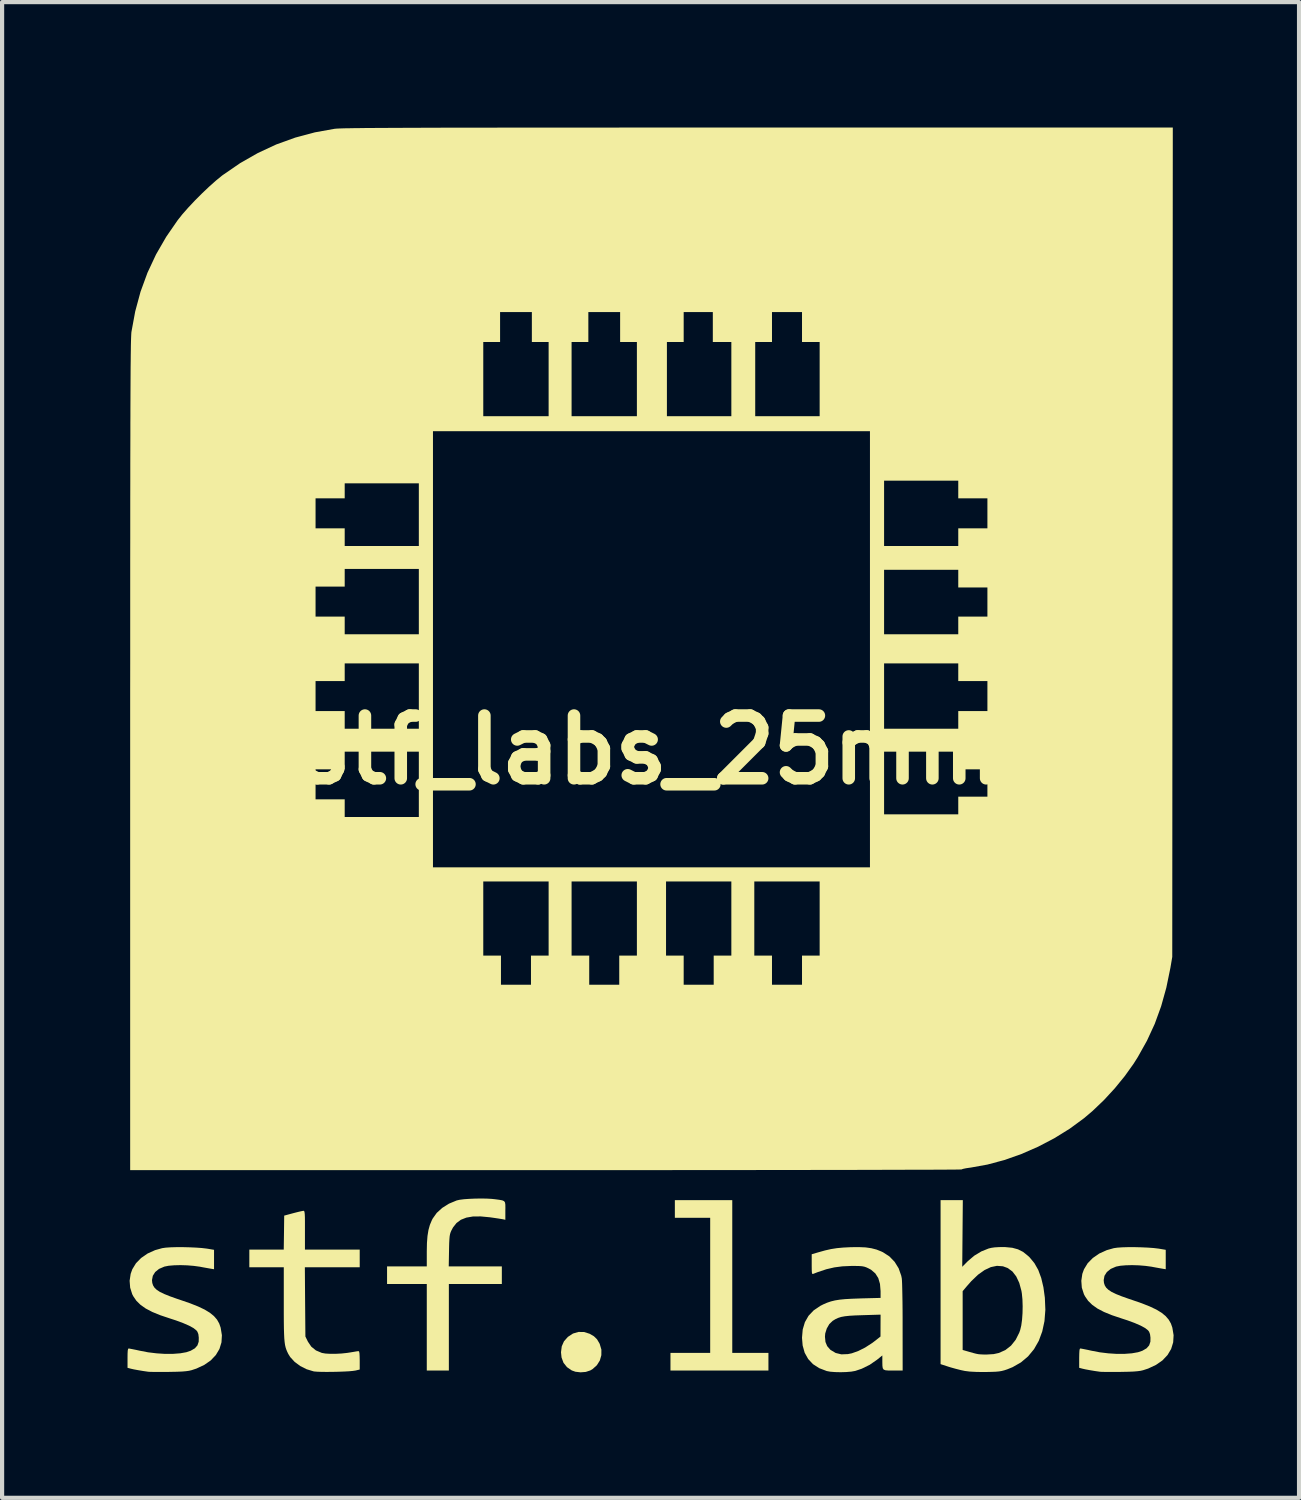
<source format=kicad_pcb>
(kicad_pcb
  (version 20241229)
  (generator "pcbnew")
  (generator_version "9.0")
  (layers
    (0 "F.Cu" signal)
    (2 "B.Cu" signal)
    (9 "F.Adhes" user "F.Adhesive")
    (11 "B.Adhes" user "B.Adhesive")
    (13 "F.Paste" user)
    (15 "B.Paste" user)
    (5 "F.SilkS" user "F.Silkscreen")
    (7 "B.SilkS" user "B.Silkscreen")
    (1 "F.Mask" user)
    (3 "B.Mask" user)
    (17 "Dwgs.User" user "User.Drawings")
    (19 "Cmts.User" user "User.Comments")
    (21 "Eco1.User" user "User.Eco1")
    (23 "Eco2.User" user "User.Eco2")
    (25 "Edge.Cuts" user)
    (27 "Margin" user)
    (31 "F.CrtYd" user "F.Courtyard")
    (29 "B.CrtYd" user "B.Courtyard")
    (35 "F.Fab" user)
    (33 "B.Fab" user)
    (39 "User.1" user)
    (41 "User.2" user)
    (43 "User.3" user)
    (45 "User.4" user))
  (footprint "stf_labs_25mm"
    (layer "F.Cu")
    (at 12.499 14.885)
    (property "Reference" "stf_labs_25mm" (at 0 0 0) (layer "F.SilkS") (effects (font (size 1.5 1.5) (thickness 0.3))))
    (attr board_only exclude_from_pos_files exclude_from_bom)
    (fp_poly (pts (xy 1.964 12.594) (xy 1.964 14.421) (xy 2.396 14.421) (xy 2.829 14.421) (xy 2.829 14.632) (xy 2.829 14.843) (xy 1.657 14.843) (xy 0.486 14.843) (xy 0.486 14.632) (xy 0.486 14.421) (xy 0.961 14.421) (xy 1.436 14.421) (xy 1.436 12.806) (xy 1.436 11.19) (xy 1.013 11.19) (xy 0.591 11.19) (xy 0.591 10.979) (xy 0.591 10.768) (xy 1.277 10.768) (xy 1.964 10.768)) (stroke (width 0) (type solid)) (fill yes) (layer "F.SilkS"))
    (fp_poly (pts (xy -1.579 13.922) (xy -1.446 13.964) (xy -1.345 14.023) (xy -1.271 14.095) (xy -1.213 14.193) (xy -1.205 14.21) (xy -1.166 14.343) (xy -1.167 14.476) (xy -1.203 14.603) (xy -1.274 14.716) (xy -1.376 14.808) (xy -1.432 14.841) (xy -1.539 14.876) (xy -1.663 14.886) (xy -1.786 14.872) (xy -1.874 14.841) (xy -1.989 14.762) (xy -2.072 14.658) (xy -2.119 14.531) (xy -2.132 14.406) (xy -2.114 14.264) (xy -2.061 14.144) (xy -1.97 14.041) (xy -1.967 14.038) (xy -1.845 13.958) (xy -1.714 13.92)) (stroke (width 0) (type solid)) (fill yes) (layer "F.SilkS"))
    (fp_poly (pts (xy -3.907 10.731) (xy -3.786 10.738) (xy -3.712 10.746) (xy -3.606 10.76) (xy -3.536 10.773) (xy -3.493 10.792) (xy -3.471 10.824) (xy -3.463 10.876) (xy -3.462 10.957) (xy -3.463 11.015) (xy -3.463 11.238) (xy -3.521 11.225) (xy -3.564 11.218) (xy -3.639 11.206) (xy -3.734 11.192) (xy -3.832 11.178) (xy -4.052 11.157) (xy -4.24 11.159) (xy -4.396 11.186) (xy -4.526 11.237) (xy -4.631 11.315) (xy -4.714 11.42) (xy -4.755 11.497) (xy -4.773 11.539) (xy -4.786 11.582) (xy -4.795 11.633) (xy -4.801 11.701) (xy -4.806 11.792) (xy -4.809 11.914) (xy -4.81 11.977) (xy -4.817 12.352) (xy -4.182 12.352) (xy -3.547 12.352) (xy -3.547 12.563) (xy -3.547 12.774) (xy -4.181 12.774) (xy -4.814 12.774) (xy -4.814 13.808) (xy -4.814 14.843) (xy -5.078 14.843) (xy -5.342 14.843) (xy -5.342 13.808) (xy -5.342 12.774) (xy -5.817 12.774) (xy -6.292 12.774) (xy -6.292 12.563) (xy -6.292 12.352) (xy -5.817 12.352) (xy -5.342 12.352) (xy -5.342 11.996) (xy -5.338 11.794) (xy -5.325 11.625) (xy -5.302 11.483) (xy -5.268 11.36) (xy -5.221 11.248) (xy -5.201 11.209) (xy -5.104 11.073) (xy -4.972 10.953) (xy -4.811 10.852) (xy -4.626 10.775) (xy -4.555 10.759) (xy -4.452 10.746) (xy -4.326 10.737) (xy -4.186 10.731) (xy -4.043 10.729)) (stroke (width 0) (type solid)) (fill yes) (layer "F.SilkS"))
    (fp_poly (pts (xy -8.28 11.025) (xy -8.271 11.037) (xy -8.265 11.062) (xy -8.26 11.107) (xy -8.257 11.176) (xy -8.256 11.275) (xy -8.256 11.408) (xy -8.256 11.486) (xy -8.256 11.95) (xy -7.601 11.95) (xy -6.946 11.95) (xy -6.946 12.162) (xy -6.946 12.373) (xy -7.602 12.373) (xy -8.258 12.373) (xy -8.252 13.201) (xy -8.245 14.03) (xy -8.184 14.154) (xy -8.104 14.272) (xy -7.993 14.362) (xy -7.853 14.421) (xy -7.845 14.423) (xy -7.763 14.437) (xy -7.651 14.443) (xy -7.52 14.443) (xy -7.383 14.436) (xy -7.251 14.422) (xy -7.179 14.411) (xy -7.094 14.397) (xy -7.024 14.385) (xy -6.98 14.379) (xy -6.973 14.379) (xy -6.96 14.391) (xy -6.952 14.432) (xy -6.948 14.506) (xy -6.946 14.599) (xy -6.946 14.819) (xy -7.047 14.843) (xy -7.109 14.852) (xy -7.204 14.861) (xy -7.323 14.867) (xy -7.457 14.872) (xy -7.597 14.875) (xy -7.734 14.876) (xy -7.859 14.875) (xy -7.963 14.871) (xy -8.036 14.865) (xy -8.052 14.862) (xy -8.216 14.812) (xy -8.369 14.735) (xy -8.502 14.636) (xy -8.608 14.521) (xy -8.655 14.445) (xy -8.68 14.393) (xy -8.701 14.343) (xy -8.718 14.291) (xy -8.732 14.231) (xy -8.742 14.159) (xy -8.75 14.072) (xy -8.755 13.964) (xy -8.759 13.831) (xy -8.761 13.67) (xy -8.762 13.474) (xy -8.762 13.245) (xy -8.762 12.373) (xy -9.174 12.373) (xy -9.586 12.373) (xy -9.586 12.162) (xy -9.586 11.95) (xy -9.174 11.95) (xy -8.763 11.95) (xy -8.757 11.544) (xy -8.752 11.138) (xy -8.541 11.081) (xy -8.448 11.057) (xy -8.369 11.038) (xy -8.312 11.026) (xy -8.292 11.023)) (stroke (width 0) (type solid)) (fill yes) (layer "F.SilkS"))
    (fp_poly (pts (xy 7.471 11.565) (xy 7.464 12.362) (xy 7.602 12.223) (xy 7.752 12.096) (xy 7.921 11.994) (xy 8.096 11.924) (xy 8.164 11.908) (xy 8.242 11.897) (xy 8.345 11.891) (xy 8.457 11.89) (xy 8.497 11.891) (xy 8.661 11.907) (xy 8.797 11.944) (xy 8.918 12.005) (xy 9.034 12.098) (xy 9.077 12.138) (xy 9.19 12.275) (xy 9.282 12.437) (xy 9.353 12.629) (xy 9.406 12.853) (xy 9.44 13.102) (xy 9.452 13.391) (xy 9.431 13.66) (xy 9.378 13.907) (xy 9.295 14.132) (xy 9.181 14.332) (xy 9.038 14.505) (xy 8.867 14.649) (xy 8.669 14.762) (xy 8.541 14.814) (xy 8.472 14.837) (xy 8.41 14.853) (xy 8.346 14.864) (xy 8.269 14.871) (xy 8.17 14.875) (xy 8.04 14.878) (xy 8.034 14.878) (xy 7.819 14.877) (xy 7.645 14.868) (xy 7.527 14.853) (xy 7.428 14.832) (xy 7.31 14.802) (xy 7.192 14.769) (xy 7.152 14.757) (xy 6.946 14.69) (xy 6.946 14.351) (xy 7.474 14.351) (xy 7.627 14.395) (xy 7.725 14.423) (xy 7.795 14.441) (xy 7.852 14.452) (xy 7.91 14.457) (xy 7.981 14.46) (xy 8.037 14.461) (xy 8.216 14.45) (xy 8.339 14.423) (xy 8.496 14.353) (xy 8.631 14.247) (xy 8.742 14.108) (xy 8.828 13.937) (xy 8.85 13.874) (xy 8.876 13.765) (xy 8.895 13.625) (xy 8.906 13.468) (xy 8.909 13.303) (xy 8.904 13.144) (xy 8.89 13.001) (xy 8.88 12.939) (xy 8.828 12.747) (xy 8.755 12.592) (xy 8.663 12.473) (xy 8.55 12.391) (xy 8.438 12.35) (xy 8.295 12.339) (xy 8.149 12.369) (xy 7.998 12.44) (xy 7.842 12.551) (xy 7.681 12.705) (xy 7.577 12.823) (xy 7.474 12.945) (xy 7.474 13.648) (xy 7.474 14.351) (xy 6.946 14.351) (xy 6.946 12.729) (xy 6.946 10.768) (xy 7.212 10.768) (xy 7.478 10.768)) (stroke (width 0) (type solid)) (fill yes) (layer "F.SilkS"))
    (fp_poly (pts (xy -11.015 11.896) (xy -10.86 11.903) (xy -10.72 11.913) (xy -10.603 11.927) (xy -10.583 11.93) (xy -10.43 11.956) (xy -10.43 12.188) (xy -10.43 12.42) (xy -10.499 12.409) (xy -10.55 12.4) (xy -10.629 12.386) (xy -10.723 12.369) (xy -10.768 12.36) (xy -10.915 12.34) (xy -11.074 12.327) (xy -11.234 12.322) (xy -11.385 12.326) (xy -11.516 12.337) (xy -11.616 12.357) (xy -11.619 12.358) (xy -11.745 12.412) (xy -11.837 12.486) (xy -11.894 12.577) (xy -11.914 12.681) (xy -11.907 12.749) (xy -11.887 12.809) (xy -11.853 12.863) (xy -11.8 12.913) (xy -11.724 12.963) (xy -11.62 13.013) (xy -11.486 13.067) (xy -11.317 13.127) (xy -11.231 13.156) (xy -11.002 13.235) (xy -10.811 13.311) (xy -10.655 13.385) (xy -10.53 13.461) (xy -10.433 13.54) (xy -10.359 13.625) (xy -10.306 13.719) (xy -10.272 13.817) (xy -10.242 13.998) (xy -10.252 14.169) (xy -10.301 14.328) (xy -10.387 14.472) (xy -10.508 14.6) (xy -10.663 14.708) (xy -10.851 14.796) (xy -10.969 14.835) (xy -11.029 14.849) (xy -11.102 14.859) (xy -11.196 14.867) (xy -11.317 14.872) (xy -11.472 14.875) (xy -11.518 14.876) (xy -11.651 14.877) (xy -11.774 14.877) (xy -11.878 14.876) (xy -11.956 14.875) (xy -12.001 14.872) (xy -12.003 14.872) (xy -12.127 14.854) (xy -12.247 14.834) (xy -12.349 14.815) (xy -12.42 14.799) (xy -12.499 14.778) (xy -12.499 14.547) (xy -12.498 14.438) (xy -12.494 14.366) (xy -12.485 14.327) (xy -12.473 14.315) (xy -12.443 14.32) (xy -12.381 14.332) (xy -12.296 14.349) (xy -12.211 14.368) (xy -12.008 14.407) (xy -11.802 14.432) (xy -11.6 14.445) (xy -11.409 14.444) (xy -11.238 14.431) (xy -11.092 14.405) (xy -10.989 14.37) (xy -10.889 14.312) (xy -10.827 14.242) (xy -10.797 14.154) (xy -10.795 14.057) (xy -10.805 13.973) (xy -10.828 13.914) (xy -10.854 13.881) (xy -10.921 13.828) (xy -11.027 13.77) (xy -11.167 13.709) (xy -11.339 13.645) (xy -11.486 13.597) (xy -11.716 13.52) (xy -11.907 13.442) (xy -12.063 13.36) (xy -12.189 13.271) (xy -12.287 13.175) (xy -12.361 13.067) (xy -12.387 13.017) (xy -12.436 12.861) (xy -12.449 12.696) (xy -12.424 12.531) (xy -12.385 12.421) (xy -12.297 12.277) (xy -12.174 12.151) (xy -12.02 12.045) (xy -11.841 11.964) (xy -11.67 11.916) (xy -11.586 11.904) (xy -11.469 11.896) (xy -11.328 11.892) (xy -11.174 11.892)) (stroke (width 0) (type solid)) (fill yes) (layer "F.SilkS"))
    (fp_poly (pts (xy 11.746 11.896) (xy 11.9 11.903) (xy 12.041 11.913) (xy 12.158 11.927) (xy 12.177 11.93) (xy 12.331 11.956) (xy 12.331 12.188) (xy 12.331 12.42) (xy 12.262 12.409) (xy 12.211 12.4) (xy 12.132 12.386) (xy 12.038 12.369) (xy 11.993 12.36) (xy 11.845 12.34) (xy 11.687 12.327) (xy 11.526 12.322) (xy 11.376 12.326) (xy 11.245 12.337) (xy 11.144 12.357) (xy 11.141 12.358) (xy 11.016 12.412) (xy 10.924 12.486) (xy 10.866 12.577) (xy 10.847 12.681) (xy 10.854 12.749) (xy 10.874 12.809) (xy 10.908 12.863) (xy 10.961 12.913) (xy 11.037 12.963) (xy 11.14 13.013) (xy 11.275 13.067) (xy 11.444 13.127) (xy 11.53 13.156) (xy 11.759 13.235) (xy 11.95 13.311) (xy 12.106 13.385) (xy 12.231 13.461) (xy 12.328 13.54) (xy 12.401 13.625) (xy 12.455 13.719) (xy 12.489 13.817) (xy 12.519 13.998) (xy 12.509 14.169) (xy 12.46 14.328) (xy 12.374 14.472) (xy 12.253 14.6) (xy 12.098 14.708) (xy 11.91 14.796) (xy 11.791 14.835) (xy 11.732 14.849) (xy 11.658 14.859) (xy 11.564 14.867) (xy 11.443 14.872) (xy 11.289 14.875) (xy 11.243 14.876) (xy 11.11 14.877) (xy 10.987 14.877) (xy 10.883 14.876) (xy 10.804 14.875) (xy 10.76 14.872) (xy 10.758 14.872) (xy 10.634 14.854) (xy 10.514 14.834) (xy 10.412 14.815) (xy 10.341 14.799) (xy 10.261 14.778) (xy 10.261 14.547) (xy 10.263 14.438) (xy 10.267 14.366) (xy 10.275 14.327) (xy 10.288 14.315) (xy 10.318 14.32) (xy 10.38 14.332) (xy 10.465 14.349) (xy 10.55 14.368) (xy 10.753 14.407) (xy 10.959 14.432) (xy 11.161 14.445) (xy 11.351 14.444) (xy 11.523 14.431) (xy 11.669 14.405) (xy 11.772 14.37) (xy 11.872 14.312) (xy 11.934 14.242) (xy 11.964 14.154) (xy 11.966 14.057) (xy 11.955 13.973) (xy 11.933 13.914) (xy 11.907 13.881) (xy 11.84 13.828) (xy 11.734 13.77) (xy 11.594 13.709) (xy 11.422 13.645) (xy 11.275 13.597) (xy 11.045 13.52) (xy 10.854 13.442) (xy 10.697 13.36) (xy 10.572 13.271) (xy 10.474 13.175) (xy 10.4 13.067) (xy 10.374 13.017) (xy 10.324 12.861) (xy 10.312 12.696) (xy 10.336 12.531) (xy 10.376 12.421) (xy 10.464 12.277) (xy 10.587 12.151) (xy 10.741 12.045) (xy 10.92 11.964) (xy 11.09 11.916) (xy 11.175 11.904) (xy 11.292 11.896) (xy 11.432 11.892) (xy 11.587 11.892)) (stroke (width 0) (type solid)) (fill yes) (layer "F.SilkS"))
    (fp_poly (pts (xy 5.153 11.898) (xy 5.291 11.918) (xy 5.415 11.95) (xy 5.532 11.997) (xy 5.568 12.014) (xy 5.721 12.113) (xy 5.847 12.243) (xy 5.943 12.398) (xy 6.005 12.574) (xy 6.018 12.639) (xy 6.022 12.685) (xy 6.026 12.768) (xy 6.029 12.884) (xy 6.032 13.029) (xy 6.035 13.197) (xy 6.037 13.383) (xy 6.038 13.584) (xy 6.038 13.794) (xy 6.038 13.803) (xy 6.039 14.843) (xy 5.809 14.843) (xy 5.702 14.843) (xy 5.63 14.837) (xy 5.586 14.821) (xy 5.563 14.787) (xy 5.555 14.73) (xy 5.553 14.642) (xy 5.553 14.615) (xy 5.553 14.482) (xy 5.426 14.585) (xy 5.251 14.706) (xy 5.06 14.8) (xy 4.906 14.852) (xy 4.811 14.869) (xy 4.69 14.879) (xy 4.557 14.883) (xy 4.426 14.88) (xy 4.309 14.871) (xy 4.223 14.855) (xy 4.043 14.786) (xy 3.894 14.69) (xy 3.779 14.567) (xy 3.696 14.418) (xy 3.647 14.243) (xy 3.632 14.06) (xy 3.634 14.035) (xy 4.181 14.035) (xy 4.193 14.16) (xy 4.234 14.259) (xy 4.307 14.343) (xy 4.32 14.353) (xy 4.437 14.423) (xy 4.573 14.456) (xy 4.728 14.45) (xy 4.823 14.431) (xy 4.977 14.376) (xy 5.142 14.293) (xy 5.308 14.186) (xy 5.368 14.141) (xy 5.509 14.03) (xy 5.51 13.768) (xy 5.511 13.506) (xy 5.083 13.519) (xy 4.908 13.525) (xy 4.769 13.533) (xy 4.658 13.545) (xy 4.57 13.561) (xy 4.497 13.584) (xy 4.432 13.614) (xy 4.37 13.652) (xy 4.366 13.654) (xy 4.285 13.732) (xy 4.224 13.838) (xy 4.187 13.957) (xy 4.181 14.035) (xy 3.634 14.035) (xy 3.649 13.861) (xy 3.701 13.686) (xy 3.788 13.534) (xy 3.91 13.405) (xy 4.069 13.297) (xy 4.142 13.26) (xy 4.232 13.221) (xy 4.323 13.19) (xy 4.421 13.166) (xy 4.533 13.148) (xy 4.665 13.135) (xy 4.826 13.126) (xy 5.021 13.119) (xy 5.041 13.118) (xy 5.511 13.106) (xy 5.511 12.943) (xy 5.497 12.772) (xy 5.456 12.632) (xy 5.385 12.52) (xy 5.284 12.433) (xy 5.217 12.397) (xy 5.167 12.374) (xy 5.122 12.359) (xy 5.071 12.349) (xy 5.007 12.344) (xy 4.919 12.342) (xy 4.803 12.342) (xy 4.597 12.351) (xy 4.406 12.376) (xy 4.216 12.42) (xy 4.014 12.487) (xy 3.901 12.531) (xy 3.885 12.534) (xy 3.874 12.524) (xy 3.868 12.494) (xy 3.865 12.438) (xy 3.864 12.348) (xy 3.864 12.304) (xy 3.864 12.062) (xy 4.017 12.017) (xy 4.181 11.971) (xy 4.326 11.938) (xy 4.467 11.916) (xy 4.619 11.902) (xy 4.797 11.893) (xy 4.991 11.891)) (stroke (width 0) (type solid)) (fill yes) (layer "F.SilkS"))
    (fp_poly (pts (xy 12.493 -4.967) (xy 12.487 4.951) (xy 12.442 5.215) (xy 12.345 5.687) (xy 12.221 6.131) (xy 12.068 6.552) (xy 11.882 6.955) (xy 11.663 7.346) (xy 11.562 7.506) (xy 11.352 7.8) (xy 11.113 8.093) (xy 10.854 8.374) (xy 10.584 8.632) (xy 10.377 8.808) (xy 10.035 9.059) (xy 9.667 9.287) (xy 9.279 9.49) (xy 8.879 9.665) (xy 8.473 9.808) (xy 8.067 9.917) (xy 7.668 9.989) (xy 7.638 9.993) (xy 7.556 10.005) (xy 7.492 10.018) (xy 7.457 10.029) (xy 7.453 10.033) (xy 7.432 10.034) (xy 7.37 10.036) (xy 7.269 10.037) (xy 7.129 10.038) (xy 6.952 10.039) (xy 6.74 10.04) (xy 6.493 10.041) (xy 6.213 10.041) (xy 5.901 10.042) (xy 5.559 10.043) (xy 5.187 10.044) (xy 4.788 10.045) (xy 4.362 10.046) (xy 3.911 10.046) (xy 3.435 10.047) (xy 2.937 10.047) (xy 2.418 10.048) (xy 1.878 10.048) (xy 1.32 10.049) (xy 0.744 10.049) (xy 0.152 10.05) (xy -0.454 10.05) (xy -1.075 10.05) (xy -1.707 10.05) (xy -2.351 10.05) (xy -2.491 10.05) (xy -12.436 10.05) (xy -12.436 3.146) (xy -3.991 3.146) (xy -3.991 4.033) (xy -3.991 4.92) (xy -3.779 4.92) (xy -3.568 4.92) (xy -3.568 5.268) (xy -3.568 5.616) (xy -3.209 5.616) (xy -2.85 5.616) (xy -2.85 5.268) (xy -2.85 4.92) (xy -2.639 4.92) (xy -2.428 4.92) (xy -2.428 4.033) (xy -2.428 3.146) (xy -1.879 3.146) (xy -1.879 4.033) (xy -1.879 4.92) (xy -1.668 4.92) (xy -1.457 4.92) (xy -1.457 5.268) (xy -1.457 5.616) (xy -1.098 5.616) (xy -0.739 5.616) (xy -0.739 5.268) (xy -0.739 4.92) (xy -0.528 4.92) (xy -0.317 4.92) (xy -0.317 4.033) (xy -0.317 3.146) (xy 0.38 3.146) (xy 0.38 4.033) (xy 0.38 4.92) (xy 0.591 4.92) (xy 0.802 4.92) (xy 0.802 5.268) (xy 0.802 5.616) (xy 1.161 5.616) (xy 1.52 5.616) (xy 1.52 5.268) (xy 1.52 4.92) (xy 1.731 4.92) (xy 1.942 4.92) (xy 1.942 4.033) (xy 1.942 3.146) (xy 2.491 3.146) (xy 2.491 4.033) (xy 2.491 4.92) (xy 2.703 4.92) (xy 2.914 4.92) (xy 2.914 5.268) (xy 2.914 5.616) (xy 3.273 5.616) (xy 3.632 5.616) (xy 3.632 5.268) (xy 3.632 4.92) (xy 3.843 4.92) (xy 4.054 4.92) (xy 4.054 4.033) (xy 4.054 3.146) (xy 3.273 3.146) (xy 2.491 3.146) (xy 1.942 3.146) (xy 1.161 3.146) (xy 0.38 3.146) (xy -0.317 3.146) (xy -1.098 3.146) (xy -1.879 3.146) (xy -2.428 3.146) (xy -3.209 3.146) (xy -3.991 3.146) (xy -12.436 3.146) (xy -12.436 1.182) (xy -8.002 1.182) (xy -7.654 1.182) (xy -7.305 1.182) (xy -7.305 1.394) (xy -7.305 1.605) (xy -6.419 1.605) (xy -5.532 1.605) (xy -5.532 0.823) (xy -5.532 0.042) (xy -6.419 0.042) (xy -7.305 0.042) (xy -7.305 0.253) (xy -7.305 0.465) (xy -7.654 0.465) (xy -8.002 0.465) (xy -8.002 0.823) (xy -8.002 1.182) (xy -12.436 1.182) (xy -12.436 0.132) (xy -12.436 -0.652) (xy -12.436 -0.929) (xy -8.002 -0.929) (xy -7.654 -0.929) (xy -7.305 -0.929) (xy -7.305 -0.718) (xy -7.305 -0.507) (xy -6.419 -0.507) (xy -5.532 -0.507) (xy -5.532 -1.288) (xy -5.532 -2.069) (xy -6.419 -2.069) (xy -7.305 -2.069) (xy -7.305 -1.858) (xy -7.305 -1.647) (xy -7.654 -1.647) (xy -8.002 -1.647) (xy -8.002 -1.288) (xy -8.002 -0.929) (xy -12.436 -0.929) (xy -12.436 -1.395) (xy -12.435 -2.098) (xy -12.435 -2.762) (xy -12.435 -3.188) (xy -8.002 -3.188) (xy -7.654 -3.188) (xy -7.305 -3.188) (xy -7.305 -2.977) (xy -7.305 -2.766) (xy -6.419 -2.766) (xy -5.532 -2.766) (xy -5.532 -3.547) (xy -5.532 -4.328) (xy -6.419 -4.328) (xy -7.305 -4.328) (xy -7.305 -4.117) (xy -7.305 -3.906) (xy -7.654 -3.906) (xy -8.002 -3.906) (xy -8.002 -3.547) (xy -8.002 -3.188) (xy -12.435 -3.188) (xy -12.435 -3.389) (xy -12.435 -3.978) (xy -12.435 -4.532) (xy -12.434 -5.052) (xy -12.434 -5.3) (xy -8.002 -5.3) (xy -7.654 -5.3) (xy -7.305 -5.3) (xy -7.305 -5.088) (xy -7.305 -4.877) (xy -6.419 -4.877) (xy -5.532 -4.877) (xy -5.532 -5.627) (xy -5.532 -6.376) (xy -6.419 -6.376) (xy -7.305 -6.376) (xy -7.305 -6.197) (xy -7.305 -6.017) (xy -7.654 -6.017) (xy -8.002 -6.017) (xy -8.002 -5.659) (xy -8.002 -5.3) (xy -12.434 -5.3) (xy -12.434 -5.537) (xy -12.434 -5.991) (xy -12.433 -6.413) (xy -12.433 -6.805) (xy -12.432 -7.168) (xy -12.431 -7.504) (xy -12.431 -7.622) (xy -5.194 -7.622) (xy -5.194 -2.407) (xy -5.194 2.808) (xy 0.032 2.808) (xy 5.257 2.808) (xy 5.257 0.042) (xy 5.595 0.042) (xy 5.595 0.792) (xy 5.595 1.541) (xy 6.482 1.541) (xy 7.369 1.541) (xy 7.369 1.33) (xy 7.369 1.119) (xy 7.717 1.119) (xy 8.066 1.119) (xy 8.066 0.792) (xy 8.066 0.465) (xy 7.717 0.465) (xy 7.369 0.465) (xy 7.369 0.253) (xy 7.369 0.042) (xy 6.482 0.042) (xy 5.595 0.042) (xy 5.257 0.042) (xy 5.257 -2.069) (xy 5.595 -2.069) (xy 5.595 -1.288) (xy 5.595 -0.507) (xy 6.482 -0.507) (xy 7.369 -0.507) (xy 7.369 -0.718) (xy 7.369 -0.929) (xy 7.717 -0.929) (xy 8.066 -0.929) (xy 8.066 -1.288) (xy 8.066 -1.647) (xy 7.717 -1.647) (xy 7.369 -1.647) (xy 7.369 -1.858) (xy 7.369 -2.069) (xy 6.482 -2.069) (xy 5.595 -2.069) (xy 5.257 -2.069) (xy 5.257 -2.407) (xy 5.257 -4.307) (xy 5.595 -4.307) (xy 5.595 -3.537) (xy 5.595 -2.766) (xy 6.482 -2.766) (xy 7.369 -2.766) (xy 7.369 -2.977) (xy 7.369 -3.188) (xy 7.717 -3.188) (xy 8.066 -3.188) (xy 8.066 -3.537) (xy 8.066 -3.885) (xy 7.717 -3.885) (xy 7.369 -3.885) (xy 7.369 -4.096) (xy 7.369 -4.307) (xy 6.482 -4.307) (xy 5.595 -4.307) (xy 5.257 -4.307) (xy 5.257 -6.44) (xy 5.595 -6.44) (xy 5.595 -5.659) (xy 5.595 -4.877) (xy 6.482 -4.877) (xy 7.369 -4.877) (xy 7.369 -5.088) (xy 7.369 -5.3) (xy 7.717 -5.3) (xy 8.066 -5.3) (xy 8.066 -5.659) (xy 8.066 -6.017) (xy 7.717 -6.017) (xy 7.369 -6.017) (xy 7.369 -6.229) (xy 7.369 -6.44) (xy 6.482 -6.44) (xy 5.595 -6.44) (xy 5.257 -6.44) (xy 5.257 -7.622) (xy 0.032 -7.622) (xy -5.194 -7.622) (xy -12.431 -7.622) (xy -12.431 -7.812) (xy -12.43 -7.981) (xy -3.991 -7.981) (xy -3.209 -7.981) (xy -2.428 -7.981) (xy -1.879 -7.981) (xy -1.098 -7.981) (xy -0.317 -7.981) (xy 0.401 -7.981) (xy 1.172 -7.981) (xy 1.942 -7.981) (xy 2.513 -7.981) (xy 3.283 -7.981) (xy 4.054 -7.981) (xy 4.054 -8.868) (xy 4.054 -9.755) (xy 3.843 -9.755) (xy 3.632 -9.755) (xy 3.632 -10.114) (xy 3.632 -10.472) (xy 3.273 -10.472) (xy 2.914 -10.472) (xy 2.914 -10.114) (xy 2.914 -9.755) (xy 2.713 -9.755) (xy 2.513 -9.755) (xy 2.513 -8.868) (xy 2.513 -7.981) (xy 1.942 -7.981) (xy 1.942 -8.868) (xy 1.942 -9.755) (xy 1.721 -9.755) (xy 1.499 -9.755) (xy 1.499 -10.114) (xy 1.499 -10.472) (xy 1.151 -10.472) (xy 0.802 -10.472) (xy 0.802 -10.114) (xy 0.802 -9.755) (xy 0.602 -9.755) (xy 0.401 -9.755) (xy 0.401 -8.868) (xy 0.401 -7.981) (xy -0.317 -7.981) (xy -0.317 -8.868) (xy -0.317 -9.755) (xy -0.517 -9.755) (xy -0.718 -9.755) (xy -0.718 -10.114) (xy -0.718 -10.472) (xy -1.098 -10.472) (xy -1.478 -10.472) (xy -1.478 -10.114) (xy -1.478 -9.755) (xy -1.679 -9.755) (xy -1.879 -9.755) (xy -1.879 -8.868) (xy -1.879 -7.981) (xy -2.428 -7.981) (xy -2.428 -8.868) (xy -2.428 -9.755) (xy -2.629 -9.755) (xy -2.829 -9.755) (xy -2.829 -10.114) (xy -2.829 -10.472) (xy -3.209 -10.472) (xy -3.589 -10.472) (xy -3.589 -10.114) (xy -3.589 -9.755) (xy -3.79 -9.755) (xy -3.991 -9.755) (xy -3.991 -8.868) (xy -3.991 -7.981) (xy -12.43 -7.981) (xy -12.43 -8.094) (xy -12.429 -8.352) (xy -12.428 -8.586) (xy -12.427 -8.798) (xy -12.426 -8.988) (xy -12.425 -9.158) (xy -12.423 -9.309) (xy -12.422 -9.442) (xy -12.42 -9.558) (xy -12.419 -9.658) (xy -12.417 -9.743) (xy -12.415 -9.814) (xy -12.413 -9.873) (xy -12.411 -9.92) (xy -12.409 -9.957) (xy -12.407 -9.985) (xy -12.405 -10) (xy -12.315 -10.488) (xy -12.188 -10.958) (xy -12.022 -11.412) (xy -11.817 -11.85) (xy -11.572 -12.274) (xy -11.301 -12.667) (xy -11.186 -12.812) (xy -11.044 -12.973) (xy -10.884 -13.143) (xy -10.715 -13.312) (xy -10.545 -13.473) (xy -10.382 -13.618) (xy -10.235 -13.738) (xy -10.217 -13.751) (xy -9.805 -14.034) (xy -9.381 -14.276) (xy -8.942 -14.48) (xy -8.488 -14.644) (xy -8.017 -14.77) (xy -7.551 -14.854) (xy -7.53 -14.856) (xy -7.5 -14.859) (xy -7.461 -14.861) (xy -7.411 -14.863) (xy -7.349 -14.865) (xy -7.275 -14.867) (xy -7.186 -14.868) (xy -7.082 -14.87) (xy -6.963 -14.871) (xy -6.826 -14.873) (xy -6.67 -14.874) (xy -6.495 -14.875) (xy -6.3 -14.876) (xy -6.083 -14.877) (xy -5.843 -14.878) (xy -5.579 -14.879) (xy -5.291 -14.88) (xy -4.976 -14.881) (xy -4.635 -14.881) (xy -4.265 -14.882) (xy -3.865 -14.882) (xy -3.436 -14.883) (xy -2.975 -14.883) (xy -2.481 -14.884) (xy -1.953 -14.884) (xy -1.391 -14.884) (xy -0.793 -14.884) (xy -0.157 -14.885) (xy 0.516 -14.885) (xy 1.228 -14.885) (xy 1.981 -14.885) (xy 2.581 -14.885) (xy 12.5 -14.885)) (stroke (width 0) (type solid)) (fill yes) (layer "F.SilkS")))
  (gr_rect
    (start -3 -3)
    (end 28.018 32.772)
    (stroke (width 0.1) (type default))
    (fill no)
    (layer "Edge.Cuts")))
</source>
